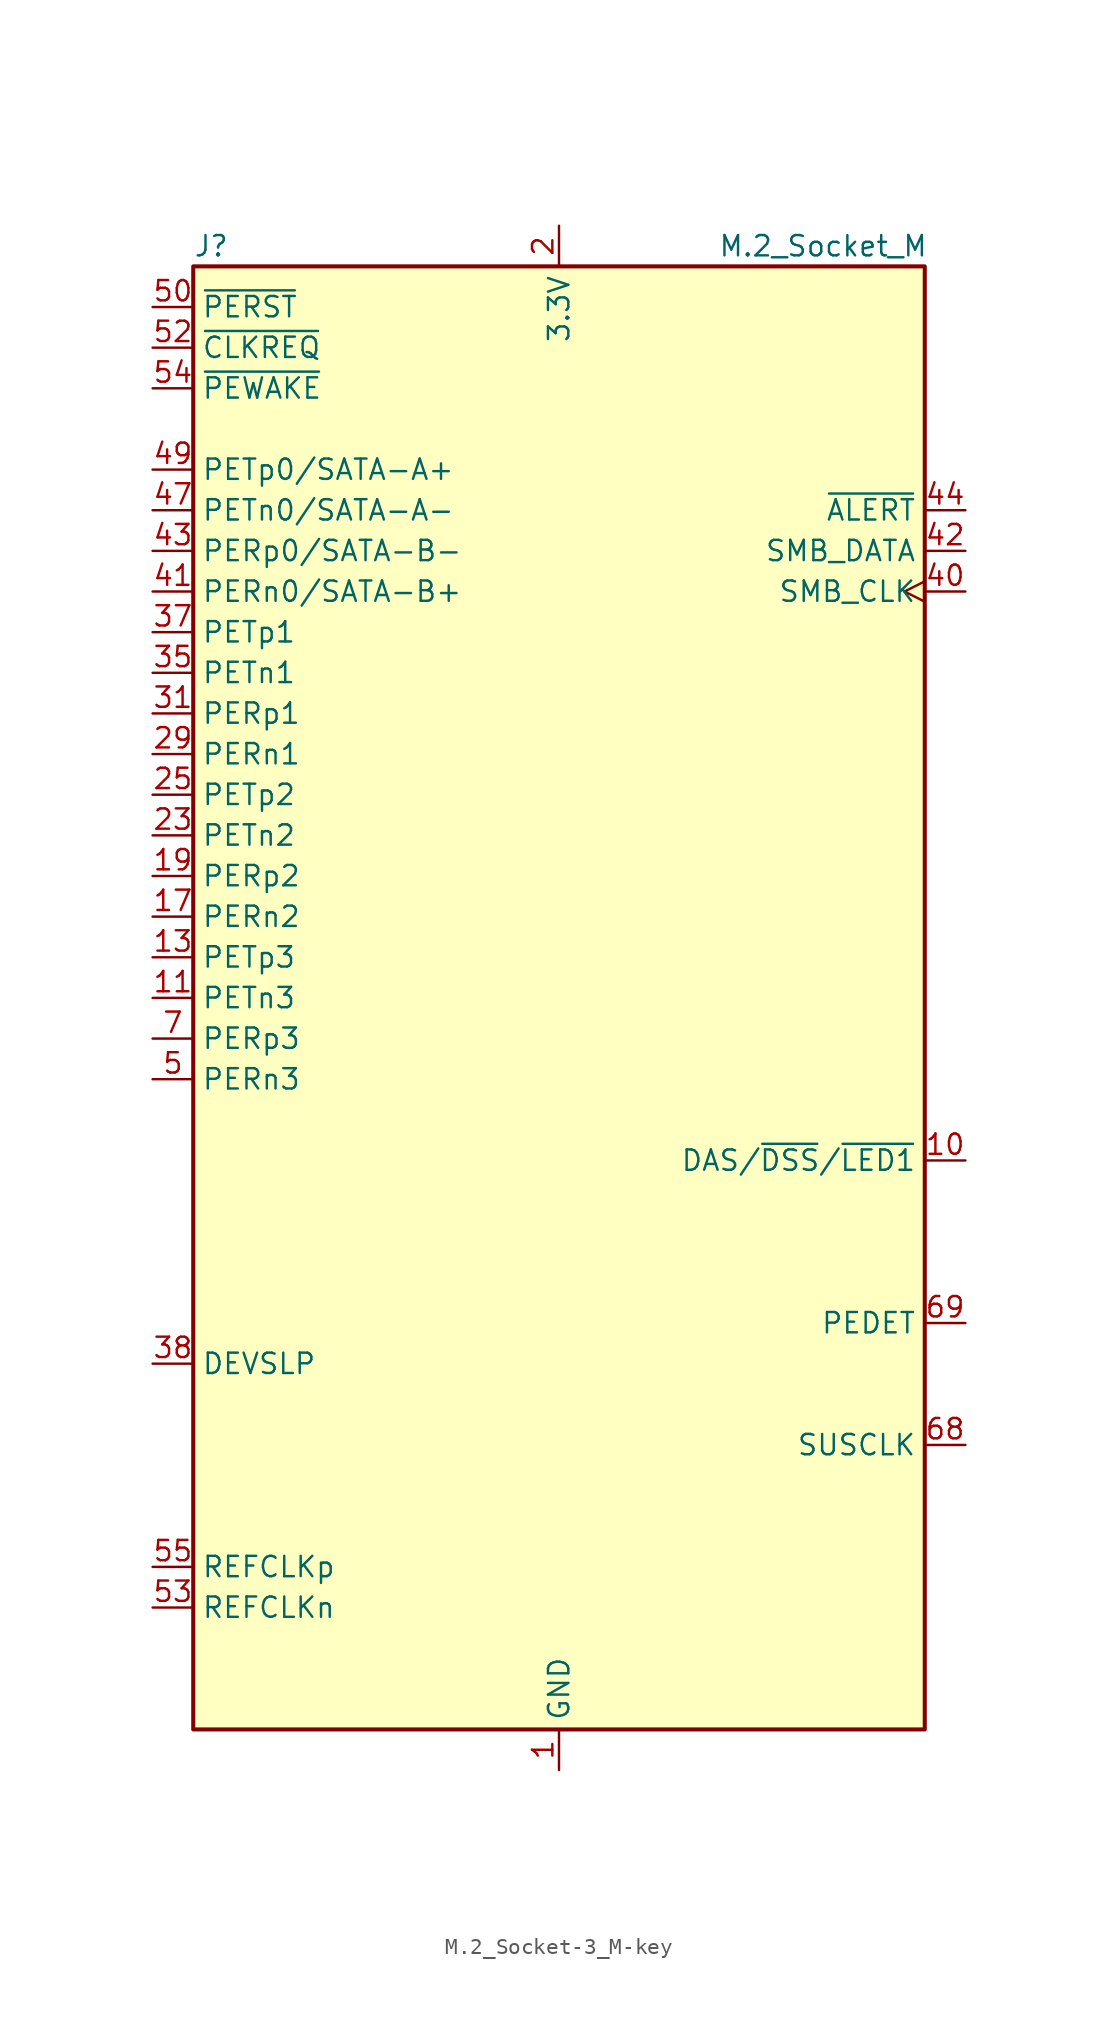
<source format=kicad_sym>
(kicad_symbol_lib
  (version 20231120)
  (generator "kicad_symbol_editor")
  (generator_version "8.0")
  (symbol "M.2_Socket-3_M-key"
    (property "Reference" "J"
      (at -22.86 46.99 0)
      (effects (font (size 1.27 1.27)) (justify left)))
    (property "Value" "M.2_Socket_M"
      (at 16.51 46.99 0)
      (effects (font (size 1.27 1.27))))
    (symbol "M.2_Socket-3_M-key_0_1"
      (rectangle (start -22.86 45.72) (end 22.86 -45.72) (stroke (width 0.254) (type default)) (fill (type background))))
    (symbol "M.2_Socket-3_M-key_1_1"
      (pin power_in line (at 0 -48.26 90) (length 2.54) (name "GND" (effects (font (size 1.27 1.27)))) (number "1" (effects (font (size 1.27 1.27)))))
      (pin bidirectional line (at 25.4 -10.16 180) (length 2.54) (name "DAS/~{DSS}/~{LED1}" (effects (font (size 1.27 1.27)))) (number "10" (effects (font (size 1.27 1.27)))) (alternate "DAS/~{DSS}" bidirectional line) (alternate "~{LED1}" output line))
      (pin output line (at -25.4 0 0) (length 2.54) (name "PETn3" (effects (font (size 1.27 1.27)))) (number "11" (effects (font (size 1.27 1.27)))))
      (pin passive line (at 0 48.26 270) (length 2.54) hide (name "3.3V" (effects (font (size 1.27 1.27)))) (number "12" (effects (font (size 1.27 1.27)))))
      (pin output line (at -25.4 2.54 0) (length 2.54) (name "PETp3" (effects (font (size 1.27 1.27)))) (number "13" (effects (font (size 1.27 1.27)))))
      (pin passive line (at 0 48.26 270) (length 2.54) hide (name "3.3V" (effects (font (size 1.27 1.27)))) (number "14" (effects (font (size 1.27 1.27)))))
      (pin passive line (at 0 -48.26 90) (length 2.54) hide (name "GND" (effects (font (size 1.27 1.27)))) (number "15" (effects (font (size 1.27 1.27)))))
      (pin passive line (at 0 48.26 270) (length 2.54) hide (name "3.3V" (effects (font (size 1.27 1.27)))) (number "16" (effects (font (size 1.27 1.27)))))
      (pin input line (at -25.4 5.08 0) (length 2.54) (name "PERn2" (effects (font (size 1.27 1.27)))) (number "17" (effects (font (size 1.27 1.27)))))
      (pin passive line (at 0 48.26 270) (length 2.54) hide (name "3.3V" (effects (font (size 1.27 1.27)))) (number "18" (effects (font (size 1.27 1.27)))))
      (pin input line (at -25.4 7.62 0) (length 2.54) (name "PERp2" (effects (font (size 1.27 1.27)))) (number "19" (effects (font (size 1.27 1.27)))))
      (pin power_in line (at 0 48.26 270) (length 2.54) (name "3.3V" (effects (font (size 1.27 1.27)))) (number "2" (effects (font (size 1.27 1.27)))))
      (pin no_connect line (at 22.86 2.54 180) (length 2.54) hide (name "NC" (effects (font (size 1.27 1.27)))) (number "20" (effects (font (size 1.27 1.27)))))
      (pin passive line (at 0 -48.26 90) (length 2.54) hide (name "GND" (effects (font (size 1.27 1.27)))) (number "21" (effects (font (size 1.27 1.27)))))
      (pin no_connect line (at 22.86 5.08 180) (length 2.54) hide (name "NC" (effects (font (size 1.27 1.27)))) (number "22" (effects (font (size 1.27 1.27)))))
      (pin output line (at -25.4 10.16 0) (length 2.54) (name "PETn2" (effects (font (size 1.27 1.27)))) (number "23" (effects (font (size 1.27 1.27)))))
      (pin no_connect line (at 22.86 7.62 180) (length 2.54) hide (name "NC" (effects (font (size 1.27 1.27)))) (number "24" (effects (font (size 1.27 1.27)))))
      (pin output line (at -25.4 12.7 0) (length 2.54) (name "PETp2" (effects (font (size 1.27 1.27)))) (number "25" (effects (font (size 1.27 1.27)))))
      (pin no_connect line (at 22.86 10.16 180) (length 2.54) hide (name "NC" (effects (font (size 1.27 1.27)))) (number "26" (effects (font (size 1.27 1.27)))))
      (pin passive line (at 0 -48.26 90) (length 2.54) hide (name "GND" (effects (font (size 1.27 1.27)))) (number "27" (effects (font (size 1.27 1.27)))))
      (pin no_connect line (at 22.86 12.7 180) (length 2.54) hide (name "NC" (effects (font (size 1.27 1.27)))) (number "28" (effects (font (size 1.27 1.27)))))
      (pin input line (at -25.4 15.24 0) (length 2.54) (name "PERn1" (effects (font (size 1.27 1.27)))) (number "29" (effects (font (size 1.27 1.27)))))
      (pin passive line (at 0 -48.26 90) (length 2.54) hide (name "GND" (effects (font (size 1.27 1.27)))) (number "3" (effects (font (size 1.27 1.27)))))
      (pin no_connect line (at 22.86 15.24 180) (length 2.54) hide (name "NC" (effects (font (size 1.27 1.27)))) (number "30" (effects (font (size 1.27 1.27)))))
      (pin input line (at -25.4 17.78 0) (length 2.54) (name "PERp1" (effects (font (size 1.27 1.27)))) (number "31" (effects (font (size 1.27 1.27)))))
      (pin no_connect line (at 22.86 17.78 180) (length 2.54) hide (name "NC" (effects (font (size 1.27 1.27)))) (number "32" (effects (font (size 1.27 1.27)))))
      (pin passive line (at 0 -48.26 90) (length 2.54) hide (name "GND" (effects (font (size 1.27 1.27)))) (number "33" (effects (font (size 1.27 1.27)))))
      (pin no_connect line (at 22.86 20.32 180) (length 2.54) hide (name "NC" (effects (font (size 1.27 1.27)))) (number "34" (effects (font (size 1.27 1.27)))))
      (pin output line (at -25.4 20.32 0) (length 2.54) (name "PETn1" (effects (font (size 1.27 1.27)))) (number "35" (effects (font (size 1.27 1.27)))))
      (pin no_connect line (at 22.86 22.86 180) (length 2.54) hide (name "NC" (effects (font (size 1.27 1.27)))) (number "36" (effects (font (size 1.27 1.27)))))
      (pin output line (at -25.4 22.86 0) (length 2.54) (name "PETp1" (effects (font (size 1.27 1.27)))) (number "37" (effects (font (size 1.27 1.27)))))
      (pin output line (at -25.4 -22.86 0) (length 2.54) (name "DEVSLP" (effects (font (size 1.27 1.27)))) (number "38" (effects (font (size 1.27 1.27)))))
      (pin passive line (at 0 -48.26 90) (length 2.54) hide (name "GND" (effects (font (size 1.27 1.27)))) (number "39" (effects (font (size 1.27 1.27)))))
      (pin passive line (at 0 48.26 270) (length 2.54) hide (name "3.3V" (effects (font (size 1.27 1.27)))) (number "4" (effects (font (size 1.27 1.27)))))
      (pin input clock (at 25.4 25.4 180) (length 2.54) (name "SMB_CLK" (effects (font (size 1.27 1.27)))) (number "40" (effects (font (size 1.27 1.27)))))
      (pin input line (at -25.4 25.4 0) (length 2.54) (name "PERn0/SATA-B+" (effects (font (size 1.27 1.27)))) (number "41" (effects (font (size 1.27 1.27)))) (alternate "PERn0" bidirectional line) (alternate "SATA-B+" bidirectional line))
      (pin bidirectional line (at 25.4 27.94 180) (length 2.54) (name "SMB_DATA" (effects (font (size 1.27 1.27)))) (number "42" (effects (font (size 1.27 1.27)))))
      (pin input line (at -25.4 27.94 0) (length 2.54) (name "PERp0/SATA-B-" (effects (font (size 1.27 1.27)))) (number "43" (effects (font (size 1.27 1.27)))) (alternate "PERp0" bidirectional line) (alternate "SATA-B-" bidirectional line))
      (pin output line (at 25.4 30.48 180) (length 2.54) (name "~{ALERT}" (effects (font (size 1.27 1.27)))) (number "44" (effects (font (size 1.27 1.27)))))
      (pin passive line (at 0 -48.26 90) (length 2.54) hide (name "GND" (effects (font (size 1.27 1.27)))) (number "45" (effects (font (size 1.27 1.27)))))
      (pin no_connect line (at 22.86 33.02 180) (length 2.54) hide (name "NC" (effects (font (size 1.27 1.27)))) (number "46" (effects (font (size 1.27 1.27)))))
      (pin output line (at -25.4 30.48 0) (length 2.54) (name "PETn0/SATA-A-" (effects (font (size 1.27 1.27)))) (number "47" (effects (font (size 1.27 1.27)))) (alternate "PETn0" bidirectional line) (alternate "SATA-A-" bidirectional line))
      (pin no_connect line (at 22.86 35.56 180) (length 2.54) hide (name "NC" (effects (font (size 1.27 1.27)))) (number "48" (effects (font (size 1.27 1.27)))))
      (pin output line (at -25.4 33.02 0) (length 2.54) (name "PETp0/SATA-A+" (effects (font (size 1.27 1.27)))) (number "49" (effects (font (size 1.27 1.27)))) (alternate "PETp0" bidirectional line) (alternate "SATA-A+" bidirectional line))
      (pin input line (at -25.4 -5.08 0) (length 2.54) (name "PERn3" (effects (font (size 1.27 1.27)))) (number "5" (effects (font (size 1.27 1.27)))))
      (pin output line (at -25.4 43.18 0) (length 2.54) (name "~{PERST}" (effects (font (size 1.27 1.27)))) (number "50" (effects (font (size 1.27 1.27)))))
      (pin passive line (at 0 -48.26 90) (length 2.54) hide (name "GND" (effects (font (size 1.27 1.27)))) (number "51" (effects (font (size 1.27 1.27)))))
      (pin bidirectional line (at -25.4 40.64 0) (length 2.54) (name "~{CLKREQ}" (effects (font (size 1.27 1.27)))) (number "52" (effects (font (size 1.27 1.27)))))
      (pin output line (at -25.4 -38.1 0) (length 2.54) (name "REFCLKn" (effects (font (size 1.27 1.27)))) (number "53" (effects (font (size 1.27 1.27)))))
      (pin bidirectional line (at -25.4 38.1 0) (length 2.54) (name "~{PEWAKE}" (effects (font (size 1.27 1.27)))) (number "54" (effects (font (size 1.27 1.27)))))
      (pin output line (at -25.4 -35.56 0) (length 2.54) (name "REFCLKp" (effects (font (size 1.27 1.27)))) (number "55" (effects (font (size 1.27 1.27)))))
      (pin no_connect line (at 22.86 38.1 180) (length 2.54) hide (name "NC" (effects (font (size 1.27 1.27)))) (number "56" (effects (font (size 1.27 1.27)))))
      (pin passive line (at 0 -48.26 90) (length 2.54) hide (name "GND" (effects (font (size 1.27 1.27)))) (number "57" (effects (font (size 1.27 1.27)))))
      (pin no_connect line (at 22.86 40.64 180) (length 2.54) hide (name "NC" (effects (font (size 1.27 1.27)))) (number "58" (effects (font (size 1.27 1.27)))))
      (pin no_connect line (at 22.86 -2.54 180) (length 2.54) hide (name "NC" (effects (font (size 1.27 1.27)))) (number "6" (effects (font (size 1.27 1.27)))))
      (pin no_connect line (at 22.86 -5.08 180) (length 2.54) hide (name "NC" (effects (font (size 1.27 1.27)))) (number "67" (effects (font (size 1.27 1.27)))))
      (pin output line (at 25.4 -27.94 180) (length 2.54) (name "SUSCLK" (effects (font (size 1.27 1.27)))) (number "68" (effects (font (size 1.27 1.27)))))
      (pin passive line (at 25.4 -20.32 180) (length 2.54) (name "PEDET" (effects (font (size 1.27 1.27)))) (number "69" (effects (font (size 1.27 1.27)))))
      (pin input line (at -25.4 -2.54 0) (length 2.54) (name "PERp3" (effects (font (size 1.27 1.27)))) (number "7" (effects (font (size 1.27 1.27)))))
      (pin passive line (at 0 48.26 270) (length 2.54) hide (name "3.3V" (effects (font (size 1.27 1.27)))) (number "70" (effects (font (size 1.27 1.27)))))
      (pin passive line (at 0 -48.26 90) (length 2.54) hide (name "GND" (effects (font (size 1.27 1.27)))) (number "71" (effects (font (size 1.27 1.27)))))
      (pin passive line (at 0 48.26 270) (length 2.54) hide (name "3.3V" (effects (font (size 1.27 1.27)))) (number "72" (effects (font (size 1.27 1.27)))))
      (pin passive line (at 0 -48.26 90) (length 2.54) hide (name "GND" (effects (font (size 1.27 1.27)))) (number "73" (effects (font (size 1.27 1.27)))))
      (pin passive line (at 0 48.26 270) (length 2.54) hide (name "3.3V" (effects (font (size 1.27 1.27)))) (number "74" (effects (font (size 1.27 1.27)))))
      (pin passive line (at 0 -48.26 90) (length 2.54) hide (name "GND" (effects (font (size 1.27 1.27)))) (number "75" (effects (font (size 1.27 1.27)))))
      (pin no_connect line (at 22.86 0 180) (length 2.54) hide (name "NC" (effects (font (size 1.27 1.27)))) (number "8" (effects (font (size 1.27 1.27)))))
      (pin passive line (at 0 -48.26 90) (length 2.54) hide (name "GND" (effects (font (size 1.27 1.27)))) (number "9" (effects (font (size 1.27 1.27))))))))
</source>
